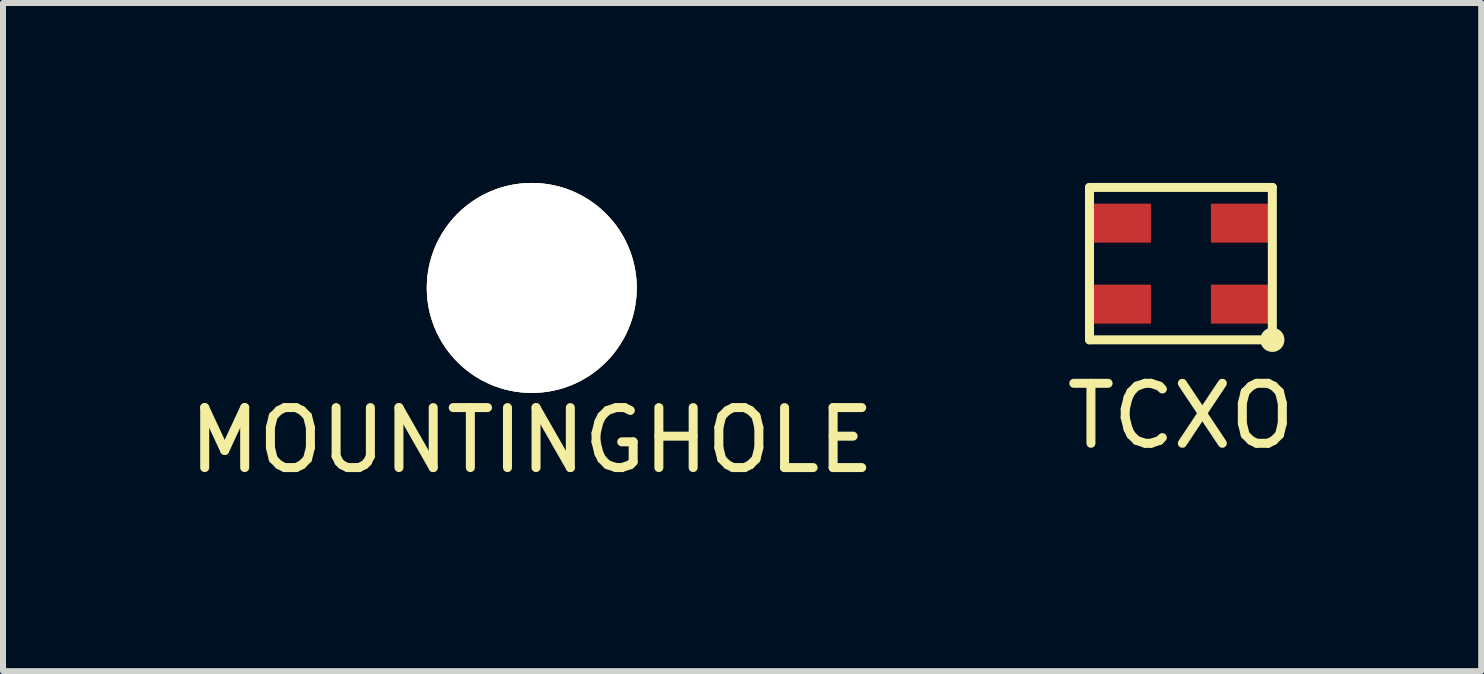
<source format=kicad_pcb>
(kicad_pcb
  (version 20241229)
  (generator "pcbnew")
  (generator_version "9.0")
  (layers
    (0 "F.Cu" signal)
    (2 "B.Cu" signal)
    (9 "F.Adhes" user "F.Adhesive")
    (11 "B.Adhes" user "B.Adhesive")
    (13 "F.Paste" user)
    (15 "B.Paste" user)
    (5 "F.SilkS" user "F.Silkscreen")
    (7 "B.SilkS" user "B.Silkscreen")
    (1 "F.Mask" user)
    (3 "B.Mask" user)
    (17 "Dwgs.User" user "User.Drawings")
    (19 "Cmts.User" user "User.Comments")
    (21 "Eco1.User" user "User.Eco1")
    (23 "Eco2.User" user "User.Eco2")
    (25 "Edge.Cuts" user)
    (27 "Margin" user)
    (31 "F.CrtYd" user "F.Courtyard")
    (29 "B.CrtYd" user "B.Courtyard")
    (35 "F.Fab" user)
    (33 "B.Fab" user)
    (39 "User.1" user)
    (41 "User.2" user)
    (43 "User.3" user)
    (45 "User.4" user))
  (footprint "MOUNTINGHOLE"
    (layer "F.Cu")
    (at 5.815 1.75)
    (property "Reference" "MOUNTINGHOLE" (at 0 2.54 0) (layer "F.SilkS") (effects (font (size 1 1) (thickness 0.15))))
    (attr through_hole)
    (pad "1" thru_hole circle (at 0 0) (size 3.5 3.5) (drill 3.5) (layers "*.Cu" "*.Mask" "F.SilkS")))
  (footprint "TCXO"
    (layer "F.Cu")
    (at 16.637 1.345)
    (property "Reference" "TCXO" (at 0 2.54 0) (layer "F.SilkS") (effects (font (size 1 1) (thickness 0.15))))
    (attr through_hole)
    (fp_line (start -1.524 -1.27) (end -1.524 1.27) (stroke (width 0.15) (type solid)) (layer "F.SilkS"))
    (fp_line (start -1.524 1.27) (end 1.524 1.27) (stroke (width 0.15) (type solid)) (layer "F.SilkS"))
    (fp_line (start 1.524 -1.27) (end -1.524 -1.27) (stroke (width 0.15) (type solid)) (layer "F.SilkS"))
    (fp_line (start 1.524 1.27) (end 1.524 -1.27) (stroke (width 0.15) (type solid)) (layer "F.SilkS"))
    (fp_circle (center 1.524 1.27) (end 1.651 1.27) (stroke (width 0.15) (type solid)) (fill no) (layer "F.SilkS"))
    (pad "1" smd rect (at 1.025 0.675) (size 1.05 0.65) (layers "F.Cu" "F.Mask" "F.Paste"))
    (pad "2" smd rect (at -1.025 0.675) (size 1.05 0.65) (layers "F.Cu" "F.Mask" "F.Paste"))
    (pad "3" smd rect (at -1.025 -0.675) (size 1.05 0.65) (layers "F.Cu" "F.Mask" "F.Paste"))
    (pad "4" smd rect (at 1.025 -0.675) (size 1.05 0.65) (layers "F.Cu" "F.Mask" "F.Paste")))
  (gr_rect
    (start -3 -3)
    (end 21.643 8.138)
    (stroke (width 0.1) (type default))
    (fill no)
    (layer "Edge.Cuts")))
</source>
